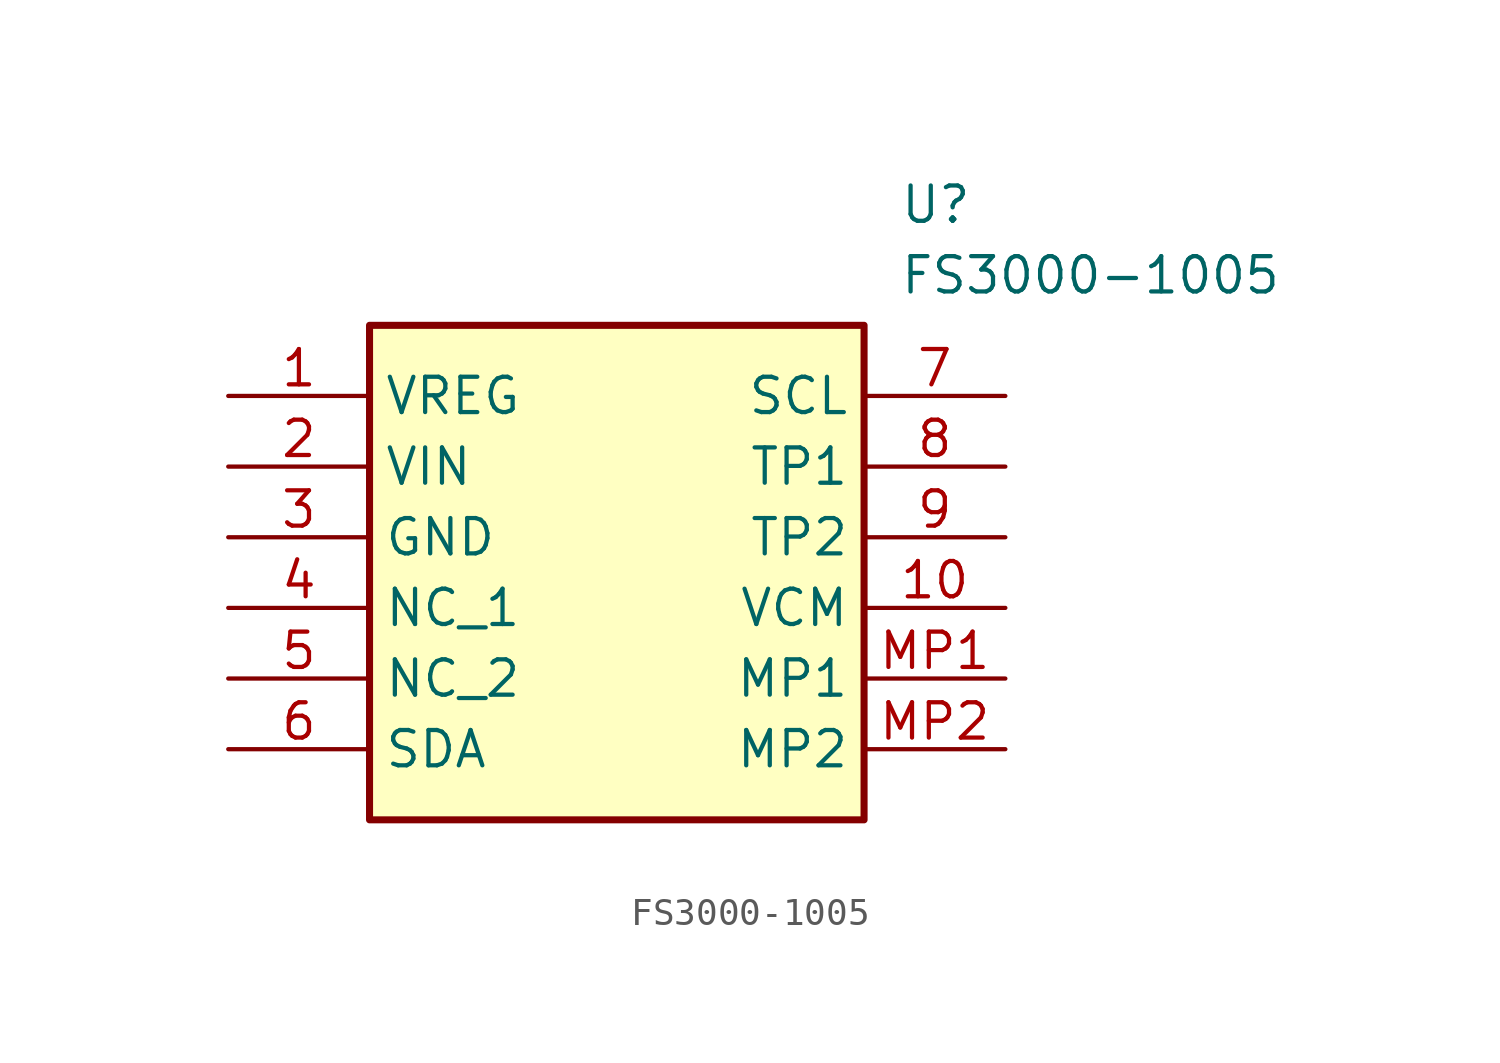
<source format=kicad_sym>
(kicad_symbol_lib
  (version 20220914)
  (generator SamacSys_ECAD_Model)
  (symbol "FS3000-1005"
    (property "Reference" "U"
      (at 24.13 7.62 0)
      (effects (font (size 1.27 1.27)) (justify left top)))
    (property "Value" "FS3000-1005"
      (at 24.13 5.08 0)
      (effects (font (size 1.27 1.27)) (justify left top)))
    (rectangle
      (start 5.08 2.54)
      (end 22.86 -15.24)
      (stroke (width 0.254) (type default))
      (fill (type background)))
    (pin passive line
      (at 0 0 0)
      (length 5.08)
      (name "VREG" (effects (font (size 1.27 1.27))))
      (number "1" (effects (font (size 1.27 1.27)))))
    (pin passive line
      (at 0 -2.54 0)
      (length 5.08)
      (name "VIN" (effects (font (size 1.27 1.27))))
      (number "2" (effects (font (size 1.27 1.27)))))
    (pin passive line
      (at 0 -5.08 0)
      (length 5.08)
      (name "GND" (effects (font (size 1.27 1.27))))
      (number "3" (effects (font (size 1.27 1.27)))))
    (pin passive line
      (at 0 -7.62 0)
      (length 5.08)
      (name "NC_1" (effects (font (size 1.27 1.27))))
      (number "4" (effects (font (size 1.27 1.27)))))
    (pin passive line
      (at 0 -10.16 0)
      (length 5.08)
      (name "NC_2" (effects (font (size 1.27 1.27))))
      (number "5" (effects (font (size 1.27 1.27)))))
    (pin passive line
      (at 0 -12.7 0)
      (length 5.08)
      (name "SDA" (effects (font (size 1.27 1.27))))
      (number "6" (effects (font (size 1.27 1.27)))))
    (pin passive line
      (at 27.94 0 180)
      (length 5.08)
      (name "SCL" (effects (font (size 1.27 1.27))))
      (number "7" (effects (font (size 1.27 1.27)))))
    (pin passive line
      (at 27.94 -2.54 180)
      (length 5.08)
      (name "TP1" (effects (font (size 1.27 1.27))))
      (number "8" (effects (font (size 1.27 1.27)))))
    (pin passive line
      (at 27.94 -5.08 180)
      (length 5.08)
      (name "TP2" (effects (font (size 1.27 1.27))))
      (number "9" (effects (font (size 1.27 1.27)))))
    (pin passive line
      (at 27.94 -7.62 180)
      (length 5.08)
      (name "VCM" (effects (font (size 1.27 1.27))))
      (number "10" (effects (font (size 1.27 1.27)))))
    (pin passive line
      (at 27.94 -10.16 180)
      (length 5.08)
      (name "MP1" (effects (font (size 1.27 1.27))))
      (number "MP1" (effects (font (size 1.27 1.27)))))
    (pin passive line
      (at 27.94 -12.7 180)
      (length 5.08)
      (name "MP2" (effects (font (size 1.27 1.27))))
      (number "MP2" (effects (font (size 1.27 1.27)))))))
</source>
